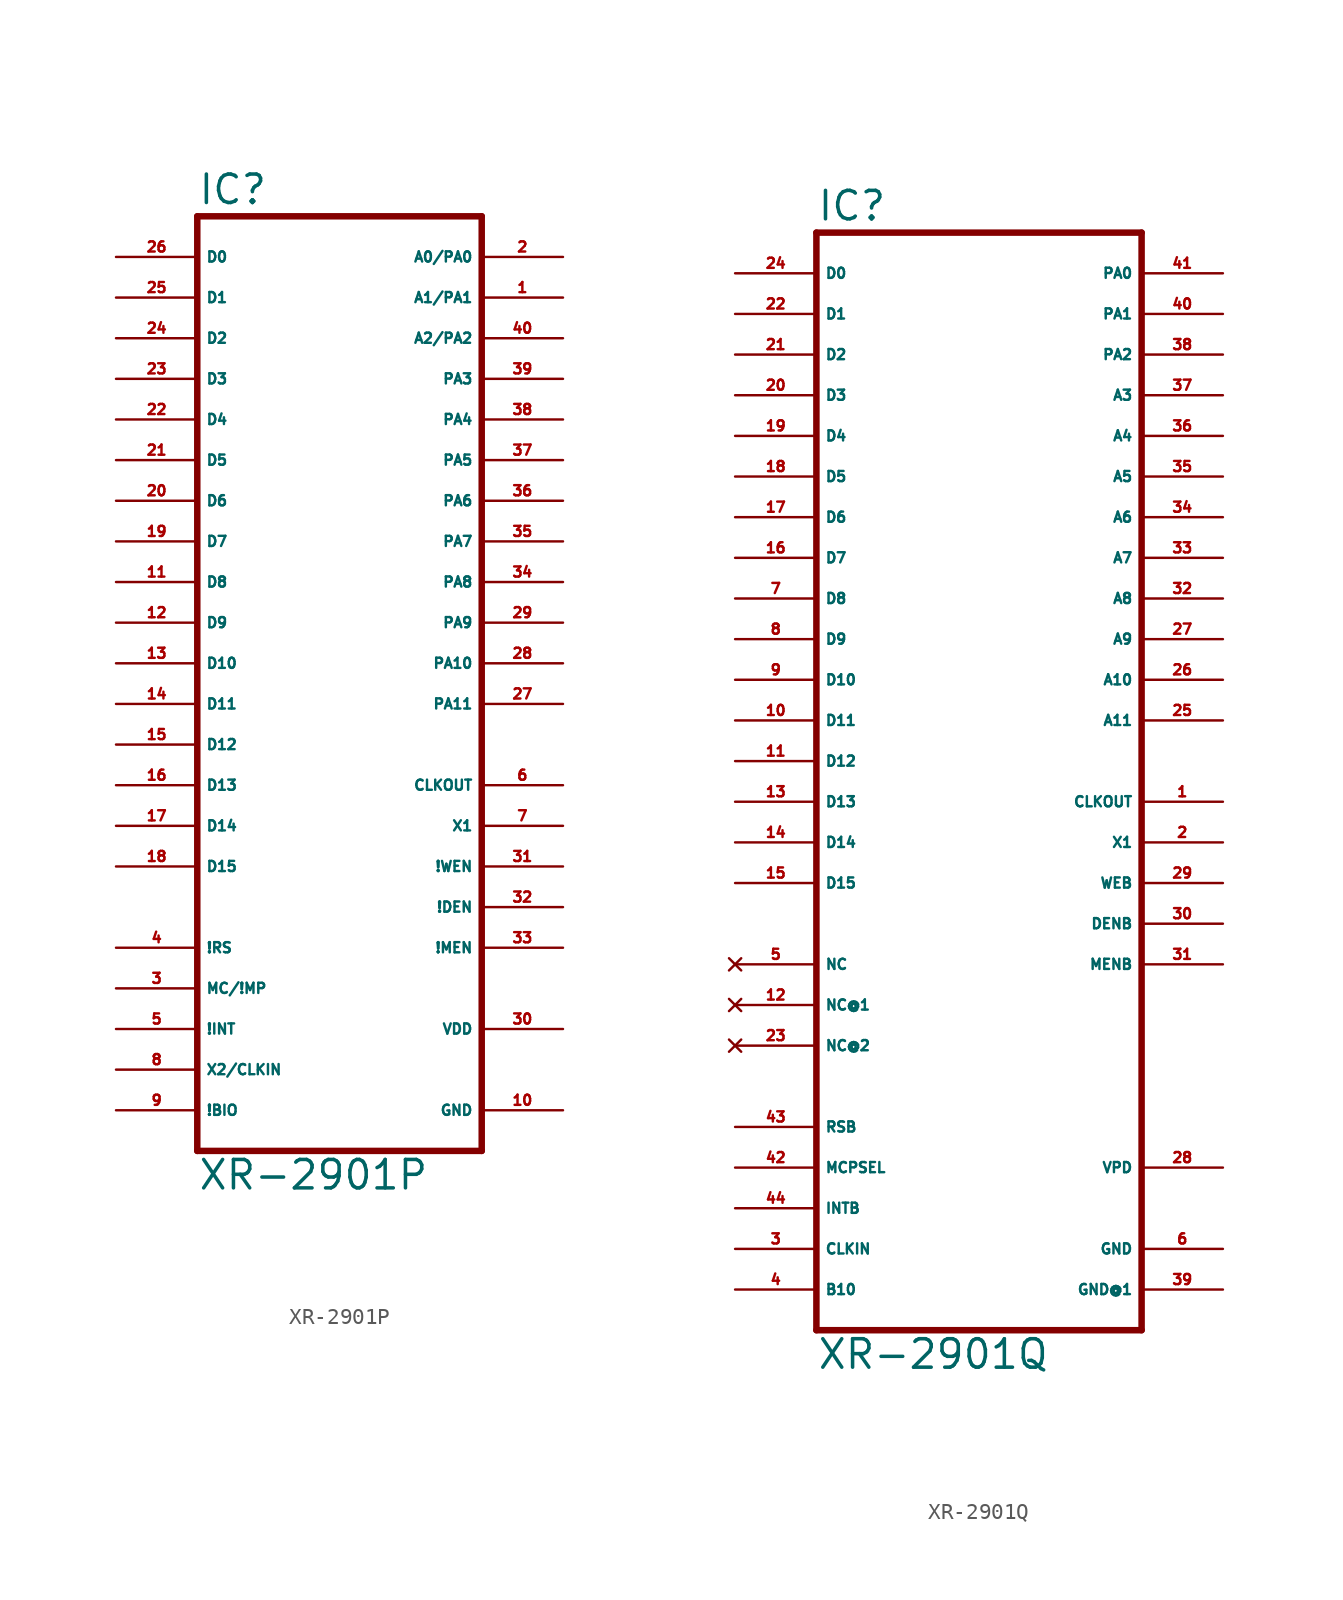
<source format=kicad_sym>
(kicad_symbol_lib
  (version 20220914)
  (generator Eagle2Kicad)
  (symbol "XR-2901P"
    (property "Reference" "IC"
      (at -7.62 28.575 0)
      (effects (font (size 1.778 1.778) (thickness 0.22)) (justify left bottom)))
    (property "Value" "XR-2901P"
      (at -7.62 -33.02 0)
      (effects (font (size 1.778 1.778) (thickness 0.22)) (justify left bottom)))
    (polyline
      (pts (xy -7.62 -30.48) (xy 10.16 -30.48))
      (stroke (width 0.406) (type default))
      (fill (type none)))
    (polyline
      (pts (xy 10.16 -30.48) (xy 10.16 27.94))
      (stroke (width 0.406) (type default))
      (fill (type none)))
    (polyline
      (pts (xy 10.16 27.94) (xy -7.62 27.94))
      (stroke (width 0.406) (type default))
      (fill (type none)))
    (polyline
      (pts (xy -7.62 27.94) (xy -7.62 -30.48))
      (stroke (width 0.406) (type default))
      (fill (type none)))
    (pin bidirectional line
      (at 15.24 25.4 180)
      (length 5.08)
      (name "A0/PA0" (effects (font (size 0.635 0.635) (thickness 0.08)) (justify left bottom)))
      (number "2" (effects (font (size 0.635 0.635) (thickness 0.08)) (justify left bottom))))
    (pin bidirectional line
      (at 15.24 22.86 180)
      (length 5.08)
      (name "A1/PA1" (effects (font (size 0.635 0.635) (thickness 0.08)) (justify left bottom)))
      (number "1" (effects (font (size 0.635 0.635) (thickness 0.08)) (justify left bottom))))
    (pin bidirectional line
      (at 15.24 20.32 180)
      (length 5.08)
      (name "A2/PA2" (effects (font (size 0.635 0.635) (thickness 0.08)) (justify left bottom)))
      (number "40" (effects (font (size 0.635 0.635) (thickness 0.08)) (justify left bottom))))
    (pin bidirectional line
      (at -12.7 25.4 0)
      (length 5.08)
      (name "D0" (effects (font (size 0.635 0.635) (thickness 0.08)) (justify left bottom)))
      (number "26" (effects (font (size 0.635 0.635) (thickness 0.08)) (justify left bottom))))
    (pin bidirectional line
      (at -12.7 22.86 0)
      (length 5.08)
      (name "D1" (effects (font (size 0.635 0.635) (thickness 0.08)) (justify left bottom)))
      (number "25" (effects (font (size 0.635 0.635) (thickness 0.08)) (justify left bottom))))
    (pin bidirectional line
      (at -12.7 20.32 0)
      (length 5.08)
      (name "D2" (effects (font (size 0.635 0.635) (thickness 0.08)) (justify left bottom)))
      (number "24" (effects (font (size 0.635 0.635) (thickness 0.08)) (justify left bottom))))
    (pin bidirectional line
      (at -12.7 17.78 0)
      (length 5.08)
      (name "D3" (effects (font (size 0.635 0.635) (thickness 0.08)) (justify left bottom)))
      (number "23" (effects (font (size 0.635 0.635) (thickness 0.08)) (justify left bottom))))
    (pin bidirectional line
      (at -12.7 15.24 0)
      (length 5.08)
      (name "D4" (effects (font (size 0.635 0.635) (thickness 0.08)) (justify left bottom)))
      (number "22" (effects (font (size 0.635 0.635) (thickness 0.08)) (justify left bottom))))
    (pin bidirectional line
      (at -12.7 12.7 0)
      (length 5.08)
      (name "D5" (effects (font (size 0.635 0.635) (thickness 0.08)) (justify left bottom)))
      (number "21" (effects (font (size 0.635 0.635) (thickness 0.08)) (justify left bottom))))
    (pin bidirectional line
      (at -12.7 10.16 0)
      (length 5.08)
      (name "D6" (effects (font (size 0.635 0.635) (thickness 0.08)) (justify left bottom)))
      (number "20" (effects (font (size 0.635 0.635) (thickness 0.08)) (justify left bottom))))
    (pin bidirectional line
      (at -12.7 7.62 0)
      (length 5.08)
      (name "D7" (effects (font (size 0.635 0.635) (thickness 0.08)) (justify left bottom)))
      (number "19" (effects (font (size 0.635 0.635) (thickness 0.08)) (justify left bottom))))
    (pin bidirectional line
      (at -12.7 5.08 0)
      (length 5.08)
      (name "D8" (effects (font (size 0.635 0.635) (thickness 0.08)) (justify left bottom)))
      (number "11" (effects (font (size 0.635 0.635) (thickness 0.08)) (justify left bottom))))
    (pin bidirectional line
      (at -12.7 2.54 0)
      (length 5.08)
      (name "D9" (effects (font (size 0.635 0.635) (thickness 0.08)) (justify left bottom)))
      (number "12" (effects (font (size 0.635 0.635) (thickness 0.08)) (justify left bottom))))
    (pin bidirectional line
      (at -12.7 0 0)
      (length 5.08)
      (name "D10" (effects (font (size 0.635 0.635) (thickness 0.08)) (justify left bottom)))
      (number "13" (effects (font (size 0.635 0.635) (thickness 0.08)) (justify left bottom))))
    (pin bidirectional line
      (at -12.7 -2.54 0)
      (length 5.08)
      (name "D11" (effects (font (size 0.635 0.635) (thickness 0.08)) (justify left bottom)))
      (number "14" (effects (font (size 0.635 0.635) (thickness 0.08)) (justify left bottom))))
    (pin bidirectional line
      (at -12.7 -5.08 0)
      (length 5.08)
      (name "D12" (effects (font (size 0.635 0.635) (thickness 0.08)) (justify left bottom)))
      (number "15" (effects (font (size 0.635 0.635) (thickness 0.08)) (justify left bottom))))
    (pin bidirectional line
      (at -12.7 -7.62 0)
      (length 5.08)
      (name "D13" (effects (font (size 0.635 0.635) (thickness 0.08)) (justify left bottom)))
      (number "16" (effects (font (size 0.635 0.635) (thickness 0.08)) (justify left bottom))))
    (pin bidirectional line
      (at -12.7 -10.16 0)
      (length 5.08)
      (name "D14" (effects (font (size 0.635 0.635) (thickness 0.08)) (justify left bottom)))
      (number "17" (effects (font (size 0.635 0.635) (thickness 0.08)) (justify left bottom))))
    (pin bidirectional line
      (at -12.7 -12.7 0)
      (length 5.08)
      (name "D15" (effects (font (size 0.635 0.635) (thickness 0.08)) (justify left bottom)))
      (number "18" (effects (font (size 0.635 0.635) (thickness 0.08)) (justify left bottom))))
    (pin output line
      (at 15.24 17.78 180)
      (length 5.08)
      (name "PA3" (effects (font (size 0.635 0.635) (thickness 0.08)) (justify left bottom)))
      (number "39" (effects (font (size 0.635 0.635) (thickness 0.08)) (justify left bottom))))
    (pin output line
      (at 15.24 15.24 180)
      (length 5.08)
      (name "PA4" (effects (font (size 0.635 0.635) (thickness 0.08)) (justify left bottom)))
      (number "38" (effects (font (size 0.635 0.635) (thickness 0.08)) (justify left bottom))))
    (pin output line
      (at 15.24 12.7 180)
      (length 5.08)
      (name "PA5" (effects (font (size 0.635 0.635) (thickness 0.08)) (justify left bottom)))
      (number "37" (effects (font (size 0.635 0.635) (thickness 0.08)) (justify left bottom))))
    (pin output line
      (at 15.24 10.16 180)
      (length 5.08)
      (name "PA6" (effects (font (size 0.635 0.635) (thickness 0.08)) (justify left bottom)))
      (number "36" (effects (font (size 0.635 0.635) (thickness 0.08)) (justify left bottom))))
    (pin output line
      (at 15.24 7.62 180)
      (length 5.08)
      (name "PA7" (effects (font (size 0.635 0.635) (thickness 0.08)) (justify left bottom)))
      (number "35" (effects (font (size 0.635 0.635) (thickness 0.08)) (justify left bottom))))
    (pin output line
      (at 15.24 5.08 180)
      (length 5.08)
      (name "PA8" (effects (font (size 0.635 0.635) (thickness 0.08)) (justify left bottom)))
      (number "34" (effects (font (size 0.635 0.635) (thickness 0.08)) (justify left bottom))))
    (pin output line
      (at 15.24 2.54 180)
      (length 5.08)
      (name "PA9" (effects (font (size 0.635 0.635) (thickness 0.08)) (justify left bottom)))
      (number "29" (effects (font (size 0.635 0.635) (thickness 0.08)) (justify left bottom))))
    (pin output line
      (at 15.24 0 180)
      (length 5.08)
      (name "PA10" (effects (font (size 0.635 0.635) (thickness 0.08)) (justify left bottom)))
      (number "28" (effects (font (size 0.635 0.635) (thickness 0.08)) (justify left bottom))))
    (pin output line
      (at 15.24 -2.54 180)
      (length 5.08)
      (name "PA11" (effects (font (size 0.635 0.635) (thickness 0.08)) (justify left bottom)))
      (number "27" (effects (font (size 0.635 0.635) (thickness 0.08)) (justify left bottom))))
    (pin output line
      (at 15.24 -7.62 180)
      (length 5.08)
      (name "CLKOUT" (effects (font (size 0.635 0.635) (thickness 0.08)) (justify left bottom)))
      (number "6" (effects (font (size 0.635 0.635) (thickness 0.08)) (justify left bottom))))
    (pin output line
      (at 15.24 -10.16 180)
      (length 5.08)
      (name "X1" (effects (font (size 0.635 0.635) (thickness 0.08)) (justify left bottom)))
      (number "7" (effects (font (size 0.635 0.635) (thickness 0.08)) (justify left bottom))))
    (pin output line
      (at 15.24 -12.7 180)
      (length 5.08)
      (name "!WEN" (effects (font (size 0.635 0.635) (thickness 0.08)) (justify left bottom)))
      (number "31" (effects (font (size 0.635 0.635) (thickness 0.08)) (justify left bottom))))
    (pin output line
      (at 15.24 -15.24 180)
      (length 5.08)
      (name "!DEN" (effects (font (size 0.635 0.635) (thickness 0.08)) (justify left bottom)))
      (number "32" (effects (font (size 0.635 0.635) (thickness 0.08)) (justify left bottom))))
    (pin output line
      (at 15.24 -17.78 180)
      (length 5.08)
      (name "!MEN" (effects (font (size 0.635 0.635) (thickness 0.08)) (justify left bottom)))
      (number "33" (effects (font (size 0.635 0.635) (thickness 0.08)) (justify left bottom))))
    (pin unspecified line
      (at 15.24 -22.86 180)
      (length 5.08)
      (name "VDD" (effects (font (size 0.635 0.635) (thickness 0.08)) (justify left bottom)))
      (number "30" (effects (font (size 0.635 0.635) (thickness 0.08)) (justify left bottom))))
    (pin unspecified line
      (at 15.24 -27.94 180)
      (length 5.08)
      (name "GND" (effects (font (size 0.635 0.635) (thickness 0.08)) (justify left bottom)))
      (number "10" (effects (font (size 0.635 0.635) (thickness 0.08)) (justify left bottom))))
    (pin input line
      (at -12.7 -20.32 0)
      (length 5.08)
      (name "MC/!MP" (effects (font (size 0.635 0.635) (thickness 0.08)) (justify left bottom)))
      (number "3" (effects (font (size 0.635 0.635) (thickness 0.08)) (justify left bottom))))
    (pin input line
      (at -12.7 -17.78 0)
      (length 5.08)
      (name "!RS" (effects (font (size 0.635 0.635) (thickness 0.08)) (justify left bottom)))
      (number "4" (effects (font (size 0.635 0.635) (thickness 0.08)) (justify left bottom))))
    (pin input line
      (at -12.7 -22.86 0)
      (length 5.08)
      (name "!INT" (effects (font (size 0.635 0.635) (thickness 0.08)) (justify left bottom)))
      (number "5" (effects (font (size 0.635 0.635) (thickness 0.08)) (justify left bottom))))
    (pin input line
      (at -12.7 -25.4 0)
      (length 5.08)
      (name "X2/CLKIN" (effects (font (size 0.635 0.635) (thickness 0.08)) (justify left bottom)))
      (number "8" (effects (font (size 0.635 0.635) (thickness 0.08)) (justify left bottom))))
    (pin input line
      (at -12.7 -27.94 0)
      (length 5.08)
      (name "!BIO" (effects (font (size 0.635 0.635) (thickness 0.08)) (justify left bottom)))
      (number "9" (effects (font (size 0.635 0.635) (thickness 0.08)) (justify left bottom)))))
  (symbol "XR-2901Q"
    (property "Reference" "IC"
      (at -10.16 31.115 0)
      (effects (font (size 1.778 1.778) (thickness 0.22)) (justify left bottom)))
    (property "Value" "XR-2901Q"
      (at -10.16 -40.64 0)
      (effects (font (size 1.778 1.778) (thickness 0.22)) (justify left bottom)))
    (polyline
      (pts (xy -10.16 -38.1) (xy 10.16 -38.1))
      (stroke (width 0.406) (type default))
      (fill (type none)))
    (polyline
      (pts (xy 10.16 -38.1) (xy 10.16 30.48))
      (stroke (width 0.406) (type default))
      (fill (type none)))
    (polyline
      (pts (xy 10.16 30.48) (xy -10.16 30.48))
      (stroke (width 0.406) (type default))
      (fill (type none)))
    (polyline
      (pts (xy -10.16 30.48) (xy -10.16 -38.1))
      (stroke (width 0.406) (type default))
      (fill (type none)))
    (pin bidirectional line
      (at 15.24 27.94 180)
      (length 5.08)
      (name "PA0" (effects (font (size 0.635 0.635) (thickness 0.08)) (justify left bottom)))
      (number "41" (effects (font (size 0.635 0.635) (thickness 0.08)) (justify left bottom))))
    (pin bidirectional line
      (at 15.24 25.4 180)
      (length 5.08)
      (name "PA1" (effects (font (size 0.635 0.635) (thickness 0.08)) (justify left bottom)))
      (number "40" (effects (font (size 0.635 0.635) (thickness 0.08)) (justify left bottom))))
    (pin bidirectional line
      (at 15.24 22.86 180)
      (length 5.08)
      (name "PA2" (effects (font (size 0.635 0.635) (thickness 0.08)) (justify left bottom)))
      (number "38" (effects (font (size 0.635 0.635) (thickness 0.08)) (justify left bottom))))
    (pin bidirectional line
      (at -15.24 27.94 0)
      (length 5.08)
      (name "D0" (effects (font (size 0.635 0.635) (thickness 0.08)) (justify left bottom)))
      (number "24" (effects (font (size 0.635 0.635) (thickness 0.08)) (justify left bottom))))
    (pin bidirectional line
      (at -15.24 25.4 0)
      (length 5.08)
      (name "D1" (effects (font (size 0.635 0.635) (thickness 0.08)) (justify left bottom)))
      (number "22" (effects (font (size 0.635 0.635) (thickness 0.08)) (justify left bottom))))
    (pin bidirectional line
      (at -15.24 22.86 0)
      (length 5.08)
      (name "D2" (effects (font (size 0.635 0.635) (thickness 0.08)) (justify left bottom)))
      (number "21" (effects (font (size 0.635 0.635) (thickness 0.08)) (justify left bottom))))
    (pin bidirectional line
      (at -15.24 20.32 0)
      (length 5.08)
      (name "D3" (effects (font (size 0.635 0.635) (thickness 0.08)) (justify left bottom)))
      (number "20" (effects (font (size 0.635 0.635) (thickness 0.08)) (justify left bottom))))
    (pin bidirectional line
      (at -15.24 17.78 0)
      (length 5.08)
      (name "D4" (effects (font (size 0.635 0.635) (thickness 0.08)) (justify left bottom)))
      (number "19" (effects (font (size 0.635 0.635) (thickness 0.08)) (justify left bottom))))
    (pin bidirectional line
      (at -15.24 15.24 0)
      (length 5.08)
      (name "D5" (effects (font (size 0.635 0.635) (thickness 0.08)) (justify left bottom)))
      (number "18" (effects (font (size 0.635 0.635) (thickness 0.08)) (justify left bottom))))
    (pin bidirectional line
      (at -15.24 12.7 0)
      (length 5.08)
      (name "D6" (effects (font (size 0.635 0.635) (thickness 0.08)) (justify left bottom)))
      (number "17" (effects (font (size 0.635 0.635) (thickness 0.08)) (justify left bottom))))
    (pin bidirectional line
      (at -15.24 10.16 0)
      (length 5.08)
      (name "D7" (effects (font (size 0.635 0.635) (thickness 0.08)) (justify left bottom)))
      (number "16" (effects (font (size 0.635 0.635) (thickness 0.08)) (justify left bottom))))
    (pin bidirectional line
      (at -15.24 7.62 0)
      (length 5.08)
      (name "D8" (effects (font (size 0.635 0.635) (thickness 0.08)) (justify left bottom)))
      (number "7" (effects (font (size 0.635 0.635) (thickness 0.08)) (justify left bottom))))
    (pin bidirectional line
      (at -15.24 5.08 0)
      (length 5.08)
      (name "D9" (effects (font (size 0.635 0.635) (thickness 0.08)) (justify left bottom)))
      (number "8" (effects (font (size 0.635 0.635) (thickness 0.08)) (justify left bottom))))
    (pin bidirectional line
      (at -15.24 2.54 0)
      (length 5.08)
      (name "D10" (effects (font (size 0.635 0.635) (thickness 0.08)) (justify left bottom)))
      (number "9" (effects (font (size 0.635 0.635) (thickness 0.08)) (justify left bottom))))
    (pin bidirectional line
      (at -15.24 0 0)
      (length 5.08)
      (name "D11" (effects (font (size 0.635 0.635) (thickness 0.08)) (justify left bottom)))
      (number "10" (effects (font (size 0.635 0.635) (thickness 0.08)) (justify left bottom))))
    (pin bidirectional line
      (at -15.24 -2.54 0)
      (length 5.08)
      (name "D12" (effects (font (size 0.635 0.635) (thickness 0.08)) (justify left bottom)))
      (number "11" (effects (font (size 0.635 0.635) (thickness 0.08)) (justify left bottom))))
    (pin bidirectional line
      (at -15.24 -5.08 0)
      (length 5.08)
      (name "D13" (effects (font (size 0.635 0.635) (thickness 0.08)) (justify left bottom)))
      (number "13" (effects (font (size 0.635 0.635) (thickness 0.08)) (justify left bottom))))
    (pin bidirectional line
      (at -15.24 -7.62 0)
      (length 5.08)
      (name "D14" (effects (font (size 0.635 0.635) (thickness 0.08)) (justify left bottom)))
      (number "14" (effects (font (size 0.635 0.635) (thickness 0.08)) (justify left bottom))))
    (pin bidirectional line
      (at -15.24 -10.16 0)
      (length 5.08)
      (name "D15" (effects (font (size 0.635 0.635) (thickness 0.08)) (justify left bottom)))
      (number "15" (effects (font (size 0.635 0.635) (thickness 0.08)) (justify left bottom))))
    (pin output line
      (at 15.24 20.32 180)
      (length 5.08)
      (name "A3" (effects (font (size 0.635 0.635) (thickness 0.08)) (justify left bottom)))
      (number "37" (effects (font (size 0.635 0.635) (thickness 0.08)) (justify left bottom))))
    (pin output line
      (at 15.24 17.78 180)
      (length 5.08)
      (name "A4" (effects (font (size 0.635 0.635) (thickness 0.08)) (justify left bottom)))
      (number "36" (effects (font (size 0.635 0.635) (thickness 0.08)) (justify left bottom))))
    (pin output line
      (at 15.24 15.24 180)
      (length 5.08)
      (name "A5" (effects (font (size 0.635 0.635) (thickness 0.08)) (justify left bottom)))
      (number "35" (effects (font (size 0.635 0.635) (thickness 0.08)) (justify left bottom))))
    (pin output line
      (at 15.24 12.7 180)
      (length 5.08)
      (name "A6" (effects (font (size 0.635 0.635) (thickness 0.08)) (justify left bottom)))
      (number "34" (effects (font (size 0.635 0.635) (thickness 0.08)) (justify left bottom))))
    (pin output line
      (at 15.24 10.16 180)
      (length 5.08)
      (name "A7" (effects (font (size 0.635 0.635) (thickness 0.08)) (justify left bottom)))
      (number "33" (effects (font (size 0.635 0.635) (thickness 0.08)) (justify left bottom))))
    (pin output line
      (at 15.24 7.62 180)
      (length 5.08)
      (name "A8" (effects (font (size 0.635 0.635) (thickness 0.08)) (justify left bottom)))
      (number "32" (effects (font (size 0.635 0.635) (thickness 0.08)) (justify left bottom))))
    (pin output line
      (at 15.24 5.08 180)
      (length 5.08)
      (name "A9" (effects (font (size 0.635 0.635) (thickness 0.08)) (justify left bottom)))
      (number "27" (effects (font (size 0.635 0.635) (thickness 0.08)) (justify left bottom))))
    (pin output line
      (at 15.24 2.54 180)
      (length 5.08)
      (name "A10" (effects (font (size 0.635 0.635) (thickness 0.08)) (justify left bottom)))
      (number "26" (effects (font (size 0.635 0.635) (thickness 0.08)) (justify left bottom))))
    (pin output line
      (at 15.24 0 180)
      (length 5.08)
      (name "A11" (effects (font (size 0.635 0.635) (thickness 0.08)) (justify left bottom)))
      (number "25" (effects (font (size 0.635 0.635) (thickness 0.08)) (justify left bottom))))
    (pin output line
      (at 15.24 -5.08 180)
      (length 5.08)
      (name "CLKOUT" (effects (font (size 0.635 0.635) (thickness 0.08)) (justify left bottom)))
      (number "1" (effects (font (size 0.635 0.635) (thickness 0.08)) (justify left bottom))))
    (pin output line
      (at 15.24 -7.62 180)
      (length 5.08)
      (name "X1" (effects (font (size 0.635 0.635) (thickness 0.08)) (justify left bottom)))
      (number "2" (effects (font (size 0.635 0.635) (thickness 0.08)) (justify left bottom))))
    (pin output line
      (at 15.24 -10.16 180)
      (length 5.08)
      (name "WEB" (effects (font (size 0.635 0.635) (thickness 0.08)) (justify left bottom)))
      (number "29" (effects (font (size 0.635 0.635) (thickness 0.08)) (justify left bottom))))
    (pin output line
      (at 15.24 -12.7 180)
      (length 5.08)
      (name "DENB" (effects (font (size 0.635 0.635) (thickness 0.08)) (justify left bottom)))
      (number "30" (effects (font (size 0.635 0.635) (thickness 0.08)) (justify left bottom))))
    (pin output line
      (at 15.24 -15.24 180)
      (length 5.08)
      (name "MENB" (effects (font (size 0.635 0.635) (thickness 0.08)) (justify left bottom)))
      (number "31" (effects (font (size 0.635 0.635) (thickness 0.08)) (justify left bottom))))
    (pin unspecified line
      (at 15.24 -27.94 180)
      (length 5.08)
      (name "VPD" (effects (font (size 0.635 0.635) (thickness 0.08)) (justify left bottom)))
      (number "28" (effects (font (size 0.635 0.635) (thickness 0.08)) (justify left bottom))))
    (pin unspecified line
      (at 15.24 -33.02 180)
      (length 5.08)
      (name "GND" (effects (font (size 0.635 0.635) (thickness 0.08)) (justify left bottom)))
      (number "6" (effects (font (size 0.635 0.635) (thickness 0.08)) (justify left bottom))))
    (pin input line
      (at -15.24 -27.94 0)
      (length 5.08)
      (name "MCPSEL" (effects (font (size 0.635 0.635) (thickness 0.08)) (justify left bottom)))
      (number "42" (effects (font (size 0.635 0.635) (thickness 0.08)) (justify left bottom))))
    (pin input line
      (at -15.24 -25.4 0)
      (length 5.08)
      (name "RSB" (effects (font (size 0.635 0.635) (thickness 0.08)) (justify left bottom)))
      (number "43" (effects (font (size 0.635 0.635) (thickness 0.08)) (justify left bottom))))
    (pin input line
      (at -15.24 -30.48 0)
      (length 5.08)
      (name "INTB" (effects (font (size 0.635 0.635) (thickness 0.08)) (justify left bottom)))
      (number "44" (effects (font (size 0.635 0.635) (thickness 0.08)) (justify left bottom))))
    (pin input line
      (at -15.24 -33.02 0)
      (length 5.08)
      (name "CLKIN" (effects (font (size 0.635 0.635) (thickness 0.08)) (justify left bottom)))
      (number "3" (effects (font (size 0.635 0.635) (thickness 0.08)) (justify left bottom))))
    (pin input line
      (at -15.24 -35.56 0)
      (length 5.08)
      (name "B10" (effects (font (size 0.635 0.635) (thickness 0.08)) (justify left bottom)))
      (number "4" (effects (font (size 0.635 0.635) (thickness 0.08)) (justify left bottom))))
    (pin unspecified line
      (at 15.24 -35.56 180)
      (length 5.08)
      (name "GND@1" (effects (font (size 0.635 0.635) (thickness 0.08)) (justify left bottom)))
      (number "39" (effects (font (size 0.635 0.635) (thickness 0.08)) (justify left bottom))))
    (pin no_connect line
      (at -15.24 -20.32 0)
      (length 5.08)
      (name "NC@2" (effects (font (size 0.635 0.635) (thickness 0.08)) (justify left bottom) hide))
      (number "23" (effects (font (size 0.635 0.635) (thickness 0.08)) (justify left bottom) hide)))
    (pin no_connect line
      (at -15.24 -15.24 0)
      (length 5.08)
      (name "NC" (effects (font (size 0.635 0.635) (thickness 0.08)) (justify left bottom) hide))
      (number "5" (effects (font (size 0.635 0.635) (thickness 0.08)) (justify left bottom) hide)))
    (pin no_connect line
      (at -15.24 -17.78 0)
      (length 5.08)
      (name "NC@1" (effects (font (size 0.635 0.635) (thickness 0.08)) (justify left bottom) hide))
      (number "12" (effects (font (size 0.635 0.635) (thickness 0.08)) (justify left bottom) hide)))))
</source>
